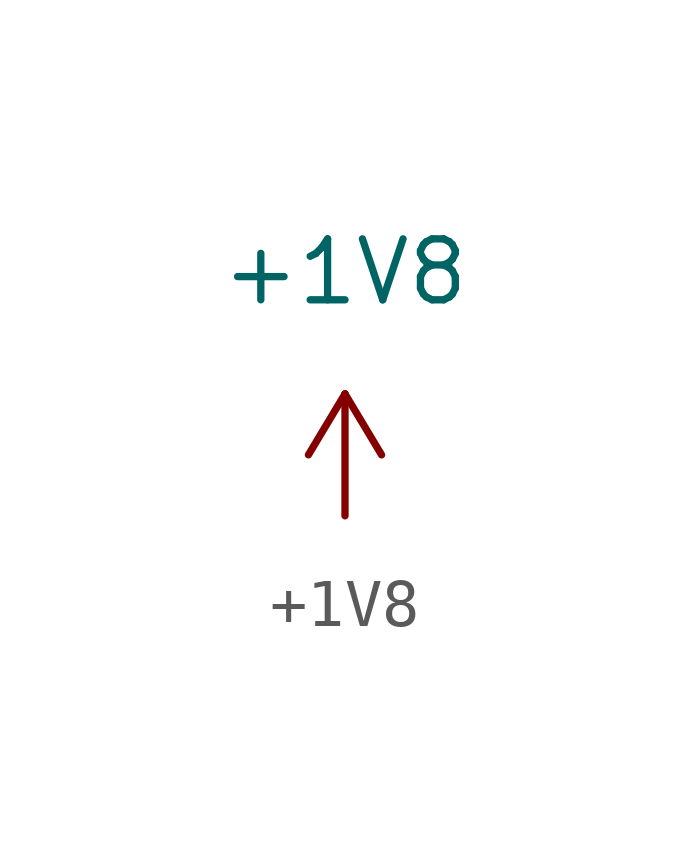
<source format=kicad_sym>
(kicad_symbol_lib
  (version 20220914)
  (generator kicad_symbol_editor)
  (symbol "+1V8"
    (power)
    (pin_numbers hide)
    (pin_names
      (offset 0))
    (property "Reference" "#PWR"
      (at 1.27 0 90)
      (effects (font (size 1.27 1.27)) hide))
    (property "Value" "+1V8"
      (at 0 5.08 0)
      (effects (font (size 1.27 1.27))))
    (symbol "+1V8_1_1"
      (polyline (pts (xy -0.762 1.27) (xy 0 2.54)) (stroke (width 0) (type default)) (fill (type none)))
      (polyline (pts (xy 0 0) (xy 0 2.54)) (stroke (width 0) (type default)) (fill (type none)))
      (polyline (pts (xy 0 2.54) (xy 0.762 1.27)) (stroke (width 0) (type default)) (fill (type none)))
      (pin power_in line (at 0 0 90) (length 0) hide (name "+1V8" (effects (font (size 1.27 1.27)))) (number "1" (effects (font (size 1.27 1.27))))))))
</source>
